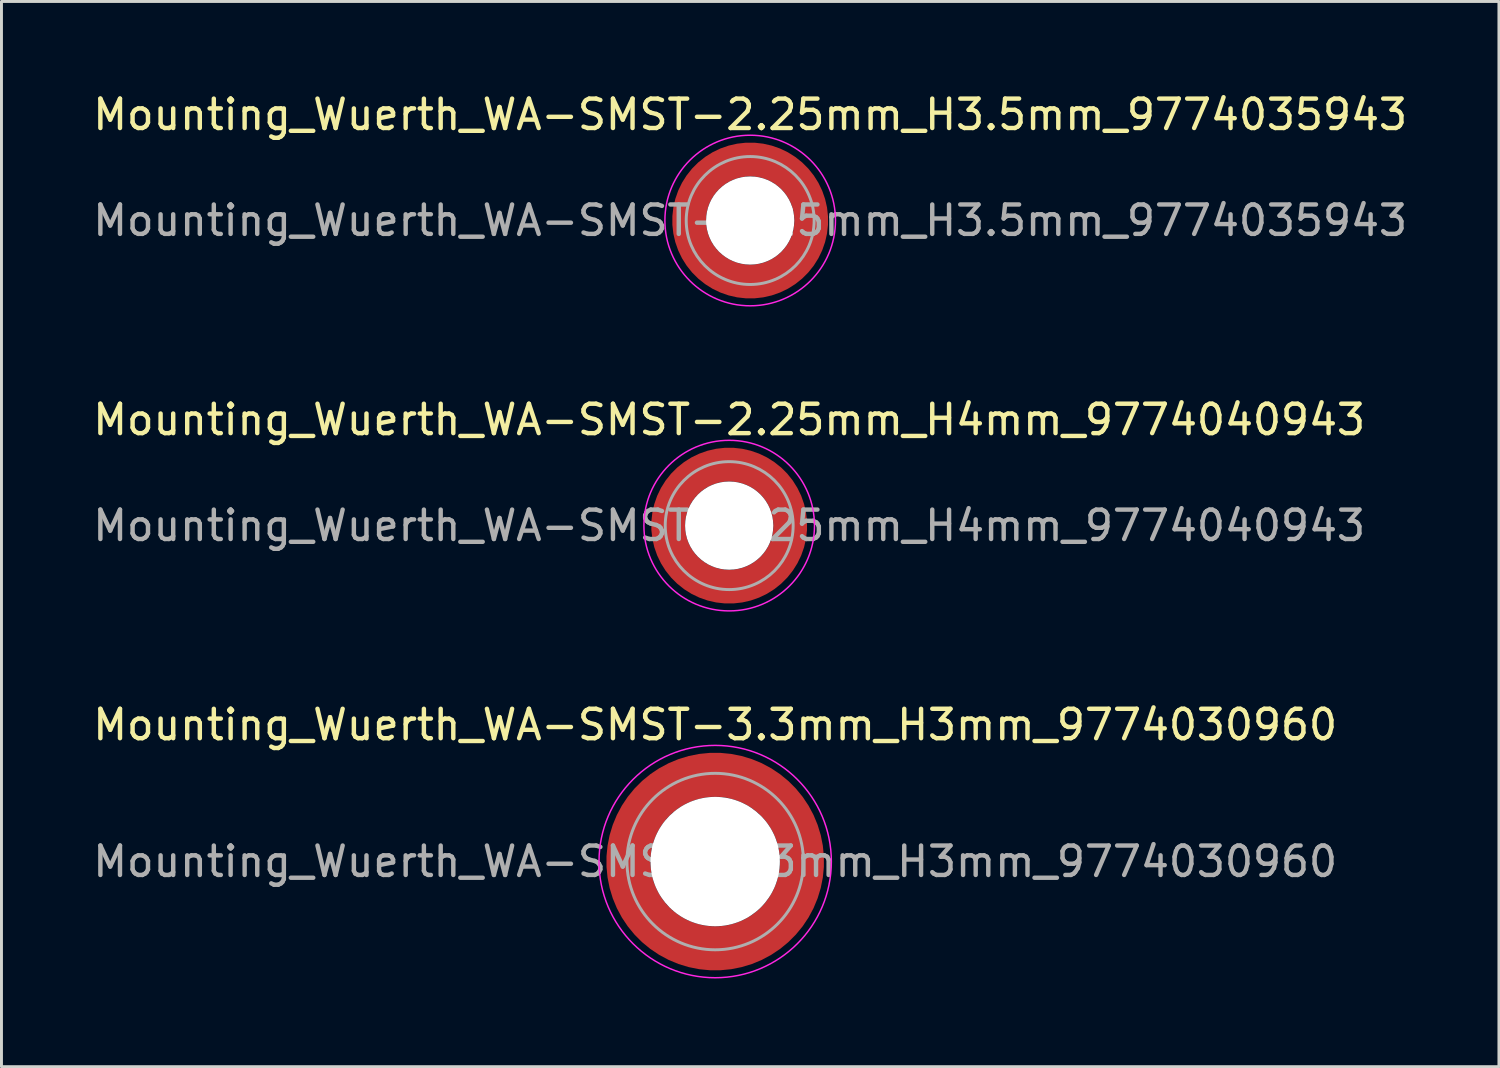
<source format=kicad_pcb>
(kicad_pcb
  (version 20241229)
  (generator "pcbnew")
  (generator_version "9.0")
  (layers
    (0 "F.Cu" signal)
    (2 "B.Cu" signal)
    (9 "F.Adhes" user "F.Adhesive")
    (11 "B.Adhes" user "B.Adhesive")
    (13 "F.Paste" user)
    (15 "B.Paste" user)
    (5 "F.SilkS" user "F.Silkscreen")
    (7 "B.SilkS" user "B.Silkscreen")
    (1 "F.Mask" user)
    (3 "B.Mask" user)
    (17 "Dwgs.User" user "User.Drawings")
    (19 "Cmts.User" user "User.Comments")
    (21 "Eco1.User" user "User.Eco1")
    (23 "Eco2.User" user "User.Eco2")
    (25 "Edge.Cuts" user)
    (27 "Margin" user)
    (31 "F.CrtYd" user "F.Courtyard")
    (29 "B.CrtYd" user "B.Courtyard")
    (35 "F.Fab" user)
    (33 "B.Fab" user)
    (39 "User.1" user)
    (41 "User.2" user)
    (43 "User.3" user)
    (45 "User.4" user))
  (footprint "Mounting_Wuerth_WA-SMST-2.25mm_H3.5mm_9774035943"
    (layer "F.Cu")
    (at 22.458 4.448)
    (property "Reference" "Mounting_Wuerth_WA-SMST-2.25mm_H3.5mm_9774035943" (at 0 -3.6 0) (layer "F.SilkS") (effects (font (size 1 1) (thickness 0.15))))
    (attr smd)
    (fp_circle (center 0 0) (end 2.9 0) (stroke (width 0.05) (type solid)) (fill no) (layer "F.CrtYd"))
    (fp_circle (center 0 0) (end 2.175 0) (stroke (width 0.1) (type solid)) (fill no) (layer "F.Fab"))
    (fp_text user "${REFERENCE}" (at 0 0 0) (layer "F.Fab") (effects (font (size 1 1) (thickness 0.15))))
    (pad "" smd custom (at -1.453 -1.453) (size 0.61 0.61) (layers "F.Paste") (options (anchor circle)) (primitives (gr_arc (start -0.147677 1.053104) (mid 0.285964 0.286792) (end 1.051968 -0.147393) (width 0.2)) (gr_arc (start -0.240295 1.053104) (mid 0.22253 0.222946) (end 1.052531 -0.24016) (width 0.2)) (gr_arc (start -0.332645 1.053104) (mid 0.158548 0.15965) (end 1.051583 -0.332304) (width 0.2)) (gr_arc (start -0.424767 1.053104) (mid 0.09486 0.096059) (end 1.051446 -0.424413) (width 0.2)) (gr_arc (start -0.516693 1.053104) (mid 0.031293 0.032346) (end 1.051645 -0.516396) (width 0.2)) (gr_arc (start -0.608448 1.053104) (mid -0.032323 -0.031316) (end 1.051707 -0.608176) (width 0.2)) (gr_arc (start -0.700056 1.053104) (mid -0.09616 -0.094758) (end 1.051155 -0.699693) (width 0.2)) (gr_arc (start -0.791534 1.053104) (mid -0.160388 -0.15781) (end 1.049515 -0.790891) (width 0.2)) (gr_arc (start -0.882896 1.053104) (mid -0.223713 -0.221764) (end 1.050388 -0.882429) (width 0.2)) (gr_arc (start -0.974157 1.053104) (mid -0.287654 -0.2851) (end 1.049541 -0.973566) (width 0.2)) (gr_line (start 1.053 -0.148) (end 1.053 -0.974) (width 0.2)) (gr_line (start -0.148 1.053) (end -0.974 1.053) (width 0.2))))
    (pad "" smd custom (at -1.453 1.453) (size 0.61 0.61) (layers "F.Paste") (options (anchor circle)) (primitives (gr_arc (start 1.053104 0.147677) (mid 0.286792 -0.285964) (end -0.147393 -1.051968) (width 0.2)) (gr_arc (start 1.053104 0.240295) (mid 0.222946 -0.22253) (end -0.24016 -1.052531) (width 0.2)) (gr_arc (start 1.053104 0.332645) (mid 0.15965 -0.158548) (end -0.332304 -1.051583) (width 0.2)) (gr_arc (start 1.053104 0.424767) (mid 0.096059 -0.09486) (end -0.424413 -1.051446) (width 0.2)) (gr_arc (start 1.053104 0.516693) (mid 0.032346 -0.031293) (end -0.516396 -1.051645) (width 0.2)) (gr_arc (start 1.053104 0.608448) (mid -0.031316 0.032323) (end -0.608176 -1.051707) (width 0.2)) (gr_arc (start 1.053104 0.700056) (mid -0.094758 0.09616) (end -0.699693 -1.051155) (width 0.2)) (gr_arc (start 1.053104 0.791534) (mid -0.15781 0.160388) (end -0.790891 -1.049515) (width 0.2)) (gr_arc (start 1.053104 0.882896) (mid -0.221765 0.223713) (end -0.882429 -1.050388) (width 0.2)) (gr_arc (start 1.053104 0.974157) (mid -0.2851 0.287654) (end -0.973566 -1.049541) (width 0.2)) (gr_line (start -0.148 -1.053) (end -0.974 -1.053) (width 0.2)) (gr_line (start 1.053 0.148) (end 1.053 0.974) (width 0.2))))
    (pad "" np_thru_hole circle (at 0 0) (size 3 3) (drill 3) (layers "*.Cu" "*.Mask"))
    (pad "" smd custom (at 1.453 -1.453) (size 0.61 0.61) (layers "F.Paste") (options (anchor circle)) (primitives (gr_arc (start -1.053104 -0.147677) (mid -0.286792 0.285964) (end 0.147393 1.051968) (width 0.2)) (gr_arc (start -1.053104 -0.240295) (mid -0.222946 0.22253) (end 0.24016 1.052531) (width 0.2)) (gr_arc (start -1.053104 -0.332645) (mid -0.15965 0.158548) (end 0.332304 1.051583) (width 0.2)) (gr_arc (start -1.053104 -0.424767) (mid -0.096059 0.09486) (end 0.424413 1.051446) (width 0.2)) (gr_arc (start -1.053104 -0.516693) (mid -0.032346 0.031293) (end 0.516396 1.051645) (width 0.2)) (gr_arc (start -1.053104 -0.608448) (mid 0.031316 -0.032323) (end 0.608176 1.051707) (width 0.2)) (gr_arc (start -1.053104 -0.700056) (mid 0.094758 -0.09616) (end 0.699693 1.051155) (width 0.2)) (gr_arc (start -1.053104 -0.791534) (mid 0.15781 -0.160388) (end 0.790891 1.049515) (width 0.2)) (gr_arc (start -1.053104 -0.882896) (mid 0.221764 -0.223713) (end 0.882429 1.050388) (width 0.2)) (gr_arc (start -1.053104 -0.974157) (mid 0.2851 -0.287654) (end 0.973566 1.049541) (width 0.2)) (gr_line (start 0.148 1.053) (end 0.974 1.053) (width 0.2)) (gr_line (start -1.053 -0.148) (end -1.053 -0.974) (width 0.2))))
    (pad "" smd custom (at 1.453 1.453) (size 0.61 0.61) (layers "F.Paste") (options (anchor circle)) (primitives (gr_arc (start 0.147677 -1.053104) (mid -0.285964 -0.286792) (end -1.051968 0.147393) (width 0.2)) (gr_arc (start 0.240295 -1.053104) (mid -0.22253 -0.222946) (end -1.052531 0.24016) (width 0.2)) (gr_arc (start 0.332645 -1.053104) (mid -0.158548 -0.15965) (end -1.051583 0.332304) (width 0.2)) (gr_arc (start 0.424767 -1.053104) (mid -0.09486 -0.096059) (end -1.051446 0.424413) (width 0.2)) (gr_arc (start 0.516693 -1.053104) (mid -0.031293 -0.032346) (end -1.051645 0.516396) (width 0.2)) (gr_arc (start 0.608448 -1.053104) (mid 0.032323 0.031316) (end -1.051707 0.608176) (width 0.2)) (gr_arc (start 0.700056 -1.053104) (mid 0.09616 0.094758) (end -1.051155 0.699693) (width 0.2)) (gr_arc (start 0.791534 -1.053104) (mid 0.160388 0.15781) (end -1.049515 0.790891) (width 0.2)) (gr_arc (start 0.882896 -1.053104) (mid 0.223713 0.221764) (end -1.050388 0.882429) (width 0.2)) (gr_arc (start 0.974157 -1.053104) (mid 0.287654 0.2851) (end -1.049541 0.973566) (width 0.2)) (gr_line (start -1.053 0.148) (end -1.053 0.974) (width 0.2)) (gr_line (start 0.148 -1.053) (end 0.974 -1.053) (width 0.2))))
    (pad "1" smd circle (at -2.075 0) (size 0.75 0.75) (layers "F.Cu"))
    (pad "1" smd circle (at 0 -2.075) (size 0.75 0.75) (layers "F.Cu"))
    (pad "1" smd circle (at 0 2.075) (size 0.75 0.75) (layers "F.Cu"))
    (pad "1" smd custom (at 2.075 0) (size 0.75 0.75) (layers "F.Cu" "F.Mask") (options (anchor circle)) (primitives (gr_circle (center -2.075 0) (end 0 0) (width 1.15) (fill no)))))
  (footprint "Mounting_Wuerth_WA-SMST-2.25mm_H4mm_9774040943"
    (layer "F.Cu")
    (at 21.744 14.822)
    (property "Reference" "Mounting_Wuerth_WA-SMST-2.25mm_H4mm_9774040943" (at 0 -3.6 0) (layer "F.SilkS") (effects (font (size 1 1) (thickness 0.15))))
    (attr smd)
    (fp_circle (center 0 0) (end 2.9 0) (stroke (width 0.05) (type solid)) (fill no) (layer "F.CrtYd"))
    (fp_circle (center 0 0) (end 2.175 0) (stroke (width 0.1) (type solid)) (fill no) (layer "F.Fab"))
    (fp_text user "${REFERENCE}" (at 0 0 0) (layer "F.Fab") (effects (font (size 1 1) (thickness 0.15))))
    (pad "" smd custom (at -1.453 -1.453) (size 0.61 0.61) (layers "F.Paste") (options (anchor circle)) (primitives (gr_arc (start -0.147677 1.053104) (mid 0.285964 0.286792) (end 1.051968 -0.147393) (width 0.2)) (gr_arc (start -0.240295 1.053104) (mid 0.22253 0.222946) (end 1.052531 -0.24016) (width 0.2)) (gr_arc (start -0.332645 1.053104) (mid 0.158548 0.15965) (end 1.051583 -0.332304) (width 0.2)) (gr_arc (start -0.424767 1.053104) (mid 0.09486 0.096059) (end 1.051446 -0.424413) (width 0.2)) (gr_arc (start -0.516693 1.053104) (mid 0.031293 0.032346) (end 1.051645 -0.516396) (width 0.2)) (gr_arc (start -0.608448 1.053104) (mid -0.032323 -0.031316) (end 1.051707 -0.608176) (width 0.2)) (gr_arc (start -0.700056 1.053104) (mid -0.09616 -0.094758) (end 1.051155 -0.699693) (width 0.2)) (gr_arc (start -0.791534 1.053104) (mid -0.160388 -0.15781) (end 1.049515 -0.790891) (width 0.2)) (gr_arc (start -0.882896 1.053104) (mid -0.223713 -0.221764) (end 1.050388 -0.882429) (width 0.2)) (gr_arc (start -0.974157 1.053104) (mid -0.287654 -0.2851) (end 1.049541 -0.973566) (width 0.2)) (gr_line (start 1.053 -0.148) (end 1.053 -0.974) (width 0.2)) (gr_line (start -0.148 1.053) (end -0.974 1.053) (width 0.2))))
    (pad "" smd custom (at -1.453 1.453) (size 0.61 0.61) (layers "F.Paste") (options (anchor circle)) (primitives (gr_arc (start 1.053104 0.147677) (mid 0.286792 -0.285964) (end -0.147393 -1.051968) (width 0.2)) (gr_arc (start 1.053104 0.240295) (mid 0.222946 -0.22253) (end -0.24016 -1.052531) (width 0.2)) (gr_arc (start 1.053104 0.332645) (mid 0.15965 -0.158548) (end -0.332304 -1.051583) (width 0.2)) (gr_arc (start 1.053104 0.424767) (mid 0.096059 -0.09486) (end -0.424413 -1.051446) (width 0.2)) (gr_arc (start 1.053104 0.516693) (mid 0.032346 -0.031293) (end -0.516396 -1.051645) (width 0.2)) (gr_arc (start 1.053104 0.608448) (mid -0.031316 0.032323) (end -0.608176 -1.051707) (width 0.2)) (gr_arc (start 1.053104 0.700056) (mid -0.094758 0.09616) (end -0.699693 -1.051155) (width 0.2)) (gr_arc (start 1.053104 0.791534) (mid -0.15781 0.160388) (end -0.790891 -1.049515) (width 0.2)) (gr_arc (start 1.053104 0.882896) (mid -0.221765 0.223713) (end -0.882429 -1.050388) (width 0.2)) (gr_arc (start 1.053104 0.974157) (mid -0.2851 0.287654) (end -0.973566 -1.049541) (width 0.2)) (gr_line (start -0.148 -1.053) (end -0.974 -1.053) (width 0.2)) (gr_line (start 1.053 0.148) (end 1.053 0.974) (width 0.2))))
    (pad "" np_thru_hole circle (at 0 0) (size 3 3) (drill 3) (layers "*.Cu" "*.Mask"))
    (pad "" smd custom (at 1.453 -1.453) (size 0.61 0.61) (layers "F.Paste") (options (anchor circle)) (primitives (gr_arc (start -1.053104 -0.147677) (mid -0.286792 0.285964) (end 0.147393 1.051968) (width 0.2)) (gr_arc (start -1.053104 -0.240295) (mid -0.222946 0.22253) (end 0.24016 1.052531) (width 0.2)) (gr_arc (start -1.053104 -0.332645) (mid -0.15965 0.158548) (end 0.332304 1.051583) (width 0.2)) (gr_arc (start -1.053104 -0.424767) (mid -0.096059 0.09486) (end 0.424413 1.051446) (width 0.2)) (gr_arc (start -1.053104 -0.516693) (mid -0.032346 0.031293) (end 0.516396 1.051645) (width 0.2)) (gr_arc (start -1.053104 -0.608448) (mid 0.031316 -0.032323) (end 0.608176 1.051707) (width 0.2)) (gr_arc (start -1.053104 -0.700056) (mid 0.094758 -0.09616) (end 0.699693 1.051155) (width 0.2)) (gr_arc (start -1.053104 -0.791534) (mid 0.15781 -0.160388) (end 0.790891 1.049515) (width 0.2)) (gr_arc (start -1.053104 -0.882896) (mid 0.221764 -0.223713) (end 0.882429 1.050388) (width 0.2)) (gr_arc (start -1.053104 -0.974157) (mid 0.2851 -0.287654) (end 0.973566 1.049541) (width 0.2)) (gr_line (start 0.148 1.053) (end 0.974 1.053) (width 0.2)) (gr_line (start -1.053 -0.148) (end -1.053 -0.974) (width 0.2))))
    (pad "" smd custom (at 1.453 1.453) (size 0.61 0.61) (layers "F.Paste") (options (anchor circle)) (primitives (gr_arc (start 0.147677 -1.053104) (mid -0.285964 -0.286792) (end -1.051968 0.147393) (width 0.2)) (gr_arc (start 0.240295 -1.053104) (mid -0.22253 -0.222946) (end -1.052531 0.24016) (width 0.2)) (gr_arc (start 0.332645 -1.053104) (mid -0.158548 -0.15965) (end -1.051583 0.332304) (width 0.2)) (gr_arc (start 0.424767 -1.053104) (mid -0.09486 -0.096059) (end -1.051446 0.424413) (width 0.2)) (gr_arc (start 0.516693 -1.053104) (mid -0.031293 -0.032346) (end -1.051645 0.516396) (width 0.2)) (gr_arc (start 0.608448 -1.053104) (mid 0.032323 0.031316) (end -1.051707 0.608176) (width 0.2)) (gr_arc (start 0.700056 -1.053104) (mid 0.09616 0.094758) (end -1.051155 0.699693) (width 0.2)) (gr_arc (start 0.791534 -1.053104) (mid 0.160388 0.15781) (end -1.049515 0.790891) (width 0.2)) (gr_arc (start 0.882896 -1.053104) (mid 0.223713 0.221764) (end -1.050388 0.882429) (width 0.2)) (gr_arc (start 0.974157 -1.053104) (mid 0.287654 0.2851) (end -1.049541 0.973566) (width 0.2)) (gr_line (start -1.053 0.148) (end -1.053 0.974) (width 0.2)) (gr_line (start 0.148 -1.053) (end 0.974 -1.053) (width 0.2))))
    (pad "1" smd circle (at -2.075 0) (size 0.75 0.75) (layers "F.Cu"))
    (pad "1" smd circle (at 0 -2.075) (size 0.75 0.75) (layers "F.Cu"))
    (pad "1" smd circle (at 0 2.075) (size 0.75 0.75) (layers "F.Cu"))
    (pad "1" smd custom (at 2.075 0) (size 0.75 0.75) (layers "F.Cu" "F.Mask") (options (anchor circle)) (primitives (gr_circle (center -2.075 0) (end 0 0) (width 1.15) (fill no)))))
  (footprint "Mounting_Wuerth_WA-SMST-3.3mm_H3mm_9774030960"
    (layer "F.Cu")
    (at 21.268 26.245)
    (property "Reference" "Mounting_Wuerth_WA-SMST-3.3mm_H3mm_9774030960" (at 0 -4.65 0) (layer "F.SilkS") (effects (font (size 1 1) (thickness 0.15))))
    (attr smd)
    (fp_circle (center 0 0) (end 3.95 0) (stroke (width 0.05) (type solid)) (fill no) (layer "F.CrtYd"))
    (fp_circle (center 0 0) (end 3 0) (stroke (width 0.1) (type solid)) (fill no) (layer "F.Fab"))
    (fp_text user "${REFERENCE}" (at 0 0 0) (layer "F.Fab") (effects (font (size 1 1) (thickness 0.15))))
    (pad "" smd custom (at -2.058 -2.058) (size 0.7 0.7) (layers "F.Paste") (options (anchor circle)) (primitives (gr_arc (start -0.377294 1.707681) (mid 0.317578 0.318817) (end 1.705947 -0.377044) (width 0.2)) (gr_arc (start -0.478281 1.707681) (mid 0.246161 0.248814) (end 1.703965 -0.477765) (width 0.2)) (gr_arc (start -0.579192 1.707681) (mid 0.175492 0.178063) (end 1.704077 -0.578711) (width 0.2)) (gr_arc (start -0.680037 1.707681) (mid 0.105568 0.106564) (end 1.706284 -0.679858) (width 0.2)) (gr_arc (start -0.780822 1.707681) (mid 0.034627 0.036085) (end 1.705634 -0.780569) (width 0.2)) (gr_arc (start -0.881554 1.707681) (mid -0.035694 -0.035016) (end 1.706729 -0.881441) (width 0.2)) (gr_arc (start -0.982237 1.707681) (mid -0.107281 -0.10485) (end 1.704266 -0.981843) (width 0.2)) (gr_arc (start -1.082877 1.707681) (mid -0.178372 -0.175181) (end 1.703197 -1.082374) (width 0.2)) (gr_arc (start -1.183476 1.707681) (mid -0.248964 -0.246008) (end 1.703525 -1.183025) (width 0.2)) (gr_arc (start -1.28404 1.707681) (mid -0.319062 -0.317334) (end 1.70525 -1.283784) (width 0.2)) (gr_line (start 1.708 -0.377) (end 1.708 -1.284) (width 0.2)) (gr_line (start -0.377 1.708) (end -1.284 1.708) (width 0.2))))
    (pad "" smd custom (at -2.058 2.058) (size 0.7 0.7) (layers "F.Paste") (options (anchor circle)) (primitives (gr_arc (start 1.707681 0.377294) (mid 0.318817 -0.317578) (end -0.377044 -1.705947) (width 0.2)) (gr_arc (start 1.707681 0.478281) (mid 0.248814 -0.246161) (end -0.477765 -1.703965) (width 0.2)) (gr_arc (start 1.707681 0.579192) (mid 0.178063 -0.175492) (end -0.578711 -1.704077) (width 0.2)) (gr_arc (start 1.707681 0.680037) (mid 0.106564 -0.105568) (end -0.679858 -1.706284) (width 0.2)) (gr_arc (start 1.707681 0.780822) (mid 0.036085 -0.034626) (end -0.780569 -1.705634) (width 0.2)) (gr_arc (start 1.707681 0.881554) (mid -0.035016 0.035694) (end -0.881441 -1.706729) (width 0.2)) (gr_arc (start 1.707681 0.982237) (mid -0.10485 0.107281) (end -0.981842 -1.704266) (width 0.2)) (gr_arc (start 1.707681 1.082877) (mid -0.175181 0.178372) (end -1.082374 -1.703197) (width 0.2)) (gr_arc (start 1.707681 1.183476) (mid -0.246008 0.248964) (end -1.183025 -1.703525) (width 0.2)) (gr_arc (start 1.707681 1.28404) (mid -0.317334 0.319062) (end -1.283784 -1.70525) (width 0.2)) (gr_line (start -0.377 -1.708) (end -1.284 -1.708) (width 0.2)) (gr_line (start 1.708 0.377) (end 1.708 1.284) (width 0.2))))
    (pad "" np_thru_hole circle (at 0 0) (size 4.4 4.4) (drill 4.4) (layers "*.Cu" "*.Mask"))
    (pad "" smd custom (at 2.058 -2.058) (size 0.7 0.7) (layers "F.Paste") (options (anchor circle)) (primitives (gr_arc (start -1.707681 -0.377294) (mid -0.318817 0.317579) (end 0.377044 1.705947) (width 0.2)) (gr_arc (start -1.707681 -0.478281) (mid -0.248814 0.246161) (end 0.477765 1.703965) (width 0.2)) (gr_arc (start -1.707681 -0.579192) (mid -0.178063 0.175492) (end 0.578711 1.704077) (width 0.2)) (gr_arc (start -1.707681 -0.680037) (mid -0.106564 0.105568) (end 0.679858 1.706284) (width 0.2)) (gr_arc (start -1.707681 -0.780822) (mid -0.036085 0.034627) (end 0.780569 1.705634) (width 0.2)) (gr_arc (start -1.707681 -0.881554) (mid 0.035016 -0.035694) (end 0.881441 1.706729) (width 0.2)) (gr_arc (start -1.707681 -0.982237) (mid 0.10485 -0.107281) (end 0.981843 1.704266) (width 0.2)) (gr_arc (start -1.707681 -1.082877) (mid 0.175181 -0.178372) (end 1.082374 1.703197) (width 0.2)) (gr_arc (start -1.707681 -1.183476) (mid 0.246008 -0.248964) (end 1.183025 1.703525) (width 0.2)) (gr_arc (start -1.707681 -1.28404) (mid 0.317333 -0.319062) (end 1.283784 1.70525) (width 0.2)) (gr_line (start 0.377 1.708) (end 1.284 1.708) (width 0.2)) (gr_line (start -1.708 -0.377) (end -1.708 -1.284) (width 0.2))))
    (pad "" smd custom (at 2.058 2.058) (size 0.7 0.7) (layers "F.Paste") (options (anchor circle)) (primitives (gr_arc (start 0.377294 -1.707681) (mid -0.317579 -0.318817) (end -1.705947 0.377044) (width 0.2)) (gr_arc (start 0.478281 -1.707681) (mid -0.246161 -0.248814) (end -1.703965 0.477765) (width 0.2)) (gr_arc (start 0.579192 -1.707681) (mid -0.175492 -0.178063) (end -1.704077 0.578711) (width 0.2)) (gr_arc (start 0.680037 -1.707681) (mid -0.105568 -0.106564) (end -1.706284 0.679858) (width 0.2)) (gr_arc (start 0.780822 -1.707681) (mid -0.034627 -0.036085) (end -1.705634 0.780569) (width 0.2)) (gr_arc (start 0.881554 -1.707681) (mid 0.035694 0.035016) (end -1.706729 0.881441) (width 0.2)) (gr_arc (start 0.982237 -1.707681) (mid 0.107281 0.10485) (end -1.704266 0.981843) (width 0.2)) (gr_arc (start 1.082877 -1.707681) (mid 0.178372 0.175181) (end -1.703197 1.082374) (width 0.2)) (gr_arc (start 1.183476 -1.707681) (mid 0.248964 0.246008) (end -1.703525 1.183025) (width 0.2)) (gr_arc (start 1.28404 -1.707681) (mid 0.319062 0.317333) (end -1.70525 1.283784) (width 0.2)) (gr_line (start -1.708 0.377) (end -1.708 1.284) (width 0.2)) (gr_line (start 0.377 -1.708) (end 1.284 -1.708) (width 0.2))))
    (pad "1" smd circle (at -2.95 0) (size 1.1 1.1) (layers "F.Cu"))
    (pad "1" smd circle (at 0 -2.95) (size 1.1 1.1) (layers "F.Cu"))
    (pad "1" smd circle (at 0 2.95) (size 1.1 1.1) (layers "F.Cu"))
    (pad "1" smd custom (at 2.95 0) (size 1.1 1.1) (layers "F.Cu" "F.Mask") (options (anchor circle)) (primitives (gr_circle (center -2.95 0) (end 0 0) (width 1.5) (fill no)))))
  (gr_rect
    (start -3 -3)
    (end 47.917 33.22)
    (stroke (width 0.1) (type default))
    (fill no)
    (layer "Edge.Cuts")))
</source>
